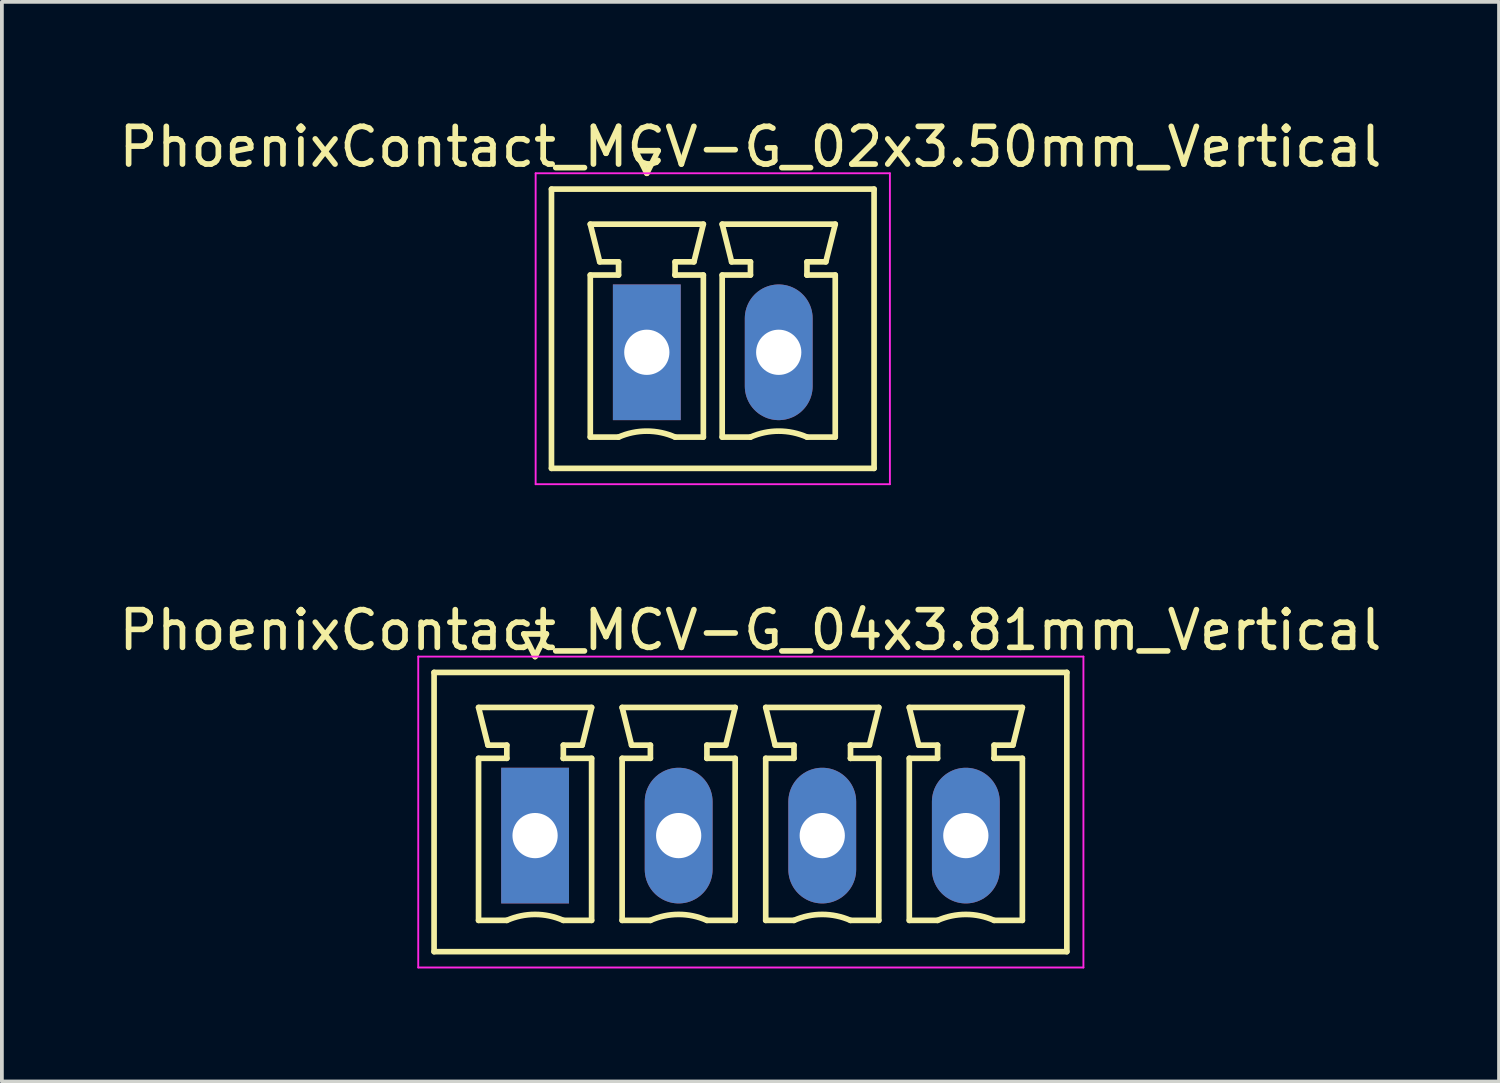
<source format=kicad_pcb>
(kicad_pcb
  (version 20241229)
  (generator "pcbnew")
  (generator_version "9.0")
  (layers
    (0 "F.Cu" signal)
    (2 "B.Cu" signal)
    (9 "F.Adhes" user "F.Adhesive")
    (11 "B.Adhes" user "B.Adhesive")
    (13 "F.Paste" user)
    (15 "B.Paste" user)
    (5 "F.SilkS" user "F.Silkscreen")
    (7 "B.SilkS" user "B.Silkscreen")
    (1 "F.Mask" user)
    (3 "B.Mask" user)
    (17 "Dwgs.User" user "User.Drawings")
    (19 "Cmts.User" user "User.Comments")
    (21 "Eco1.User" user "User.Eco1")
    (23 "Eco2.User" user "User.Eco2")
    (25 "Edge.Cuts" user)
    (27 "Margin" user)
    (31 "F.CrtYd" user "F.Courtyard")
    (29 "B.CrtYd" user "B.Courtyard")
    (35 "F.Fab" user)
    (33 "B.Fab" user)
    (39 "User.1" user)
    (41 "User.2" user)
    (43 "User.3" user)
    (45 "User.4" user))
  (footprint "PhoenixContact_MCV-G_04x3.81mm_Vertical"
    (layer "F.Cu")
    (at 11.148 19.122)
    (property "Reference" "PhoenixContact_MCV-G_04x3.81mm_Vertical" (at 5.715 -5.45 0) (layer "F.SilkS") (effects (font (size 1 1) (thickness 0.15))))
    (attr through_hole)
    (fp_line (start -2.68 -4.33) (end -2.68 3.08) (stroke (width 0.15) (type solid)) (layer "F.SilkS"))
    (fp_line (start -2.68 3.08) (end 14.11 3.08) (stroke (width 0.15) (type solid)) (layer "F.SilkS"))
    (fp_line (start -1.5 -3.4) (end 1.5 -3.4) (stroke (width 0.15) (type solid)) (layer "F.SilkS"))
    (fp_line (start -1.5 -2.05) (end -0.75 -2.05) (stroke (width 0.15) (type solid)) (layer "F.SilkS"))
    (fp_line (start -1.5 2.25) (end -1.5 -2.05) (stroke (width 0.15) (type solid)) (layer "F.SilkS"))
    (fp_line (start -1.25 -2.4) (end -1.5 -3.4) (stroke (width 0.15) (type solid)) (layer "F.SilkS"))
    (fp_line (start -0.75 -2.4) (end -1.25 -2.4) (stroke (width 0.15) (type solid)) (layer "F.SilkS"))
    (fp_line (start -0.75 -2.05) (end -0.75 -2.4) (stroke (width 0.15) (type solid)) (layer "F.SilkS"))
    (fp_line (start -0.75 2.25) (end -1.5 2.25) (stroke (width 0.15) (type solid)) (layer "F.SilkS"))
    (fp_line (start -0.3 -5.35) (end 0 -4.75) (stroke (width 0.15) (type solid)) (layer "F.SilkS"))
    (fp_line (start 0 -4.75) (end 0.3 -5.35) (stroke (width 0.15) (type solid)) (layer "F.SilkS"))
    (fp_line (start 0.3 -5.35) (end -0.3 -5.35) (stroke (width 0.15) (type solid)) (layer "F.SilkS"))
    (fp_line (start 0.75 -2.4) (end 0.75 -2.05) (stroke (width 0.15) (type solid)) (layer "F.SilkS"))
    (fp_line (start 0.75 -2.05) (end 0.75 -2.05) (stroke (width 0.15) (type solid)) (layer "F.SilkS"))
    (fp_line (start 0.75 -2.05) (end 1.5 -2.05) (stroke (width 0.15) (type solid)) (layer "F.SilkS"))
    (fp_line (start 1.25 -2.4) (end 0.75 -2.4) (stroke (width 0.15) (type solid)) (layer "F.SilkS"))
    (fp_line (start 1.5 -3.4) (end 1.25 -2.4) (stroke (width 0.15) (type solid)) (layer "F.SilkS"))
    (fp_line (start 1.5 -2.05) (end 1.5 2.25) (stroke (width 0.15) (type solid)) (layer "F.SilkS"))
    (fp_line (start 1.5 2.25) (end 0.75 2.25) (stroke (width 0.15) (type solid)) (layer "F.SilkS"))
    (fp_line (start 2.31 -3.4) (end 5.31 -3.4) (stroke (width 0.15) (type solid)) (layer "F.SilkS"))
    (fp_line (start 2.31 -2.05) (end 3.06 -2.05) (stroke (width 0.15) (type solid)) (layer "F.SilkS"))
    (fp_line (start 2.31 2.25) (end 2.31 -2.05) (stroke (width 0.15) (type solid)) (layer "F.SilkS"))
    (fp_line (start 2.56 -2.4) (end 2.31 -3.4) (stroke (width 0.15) (type solid)) (layer "F.SilkS"))
    (fp_line (start 3.06 -2.4) (end 2.56 -2.4) (stroke (width 0.15) (type solid)) (layer "F.SilkS"))
    (fp_line (start 3.06 -2.05) (end 3.06 -2.4) (stroke (width 0.15) (type solid)) (layer "F.SilkS"))
    (fp_line (start 3.06 2.25) (end 2.31 2.25) (stroke (width 0.15) (type solid)) (layer "F.SilkS"))
    (fp_line (start 4.56 -2.4) (end 4.56 -2.05) (stroke (width 0.15) (type solid)) (layer "F.SilkS"))
    (fp_line (start 4.56 -2.05) (end 4.56 -2.05) (stroke (width 0.15) (type solid)) (layer "F.SilkS"))
    (fp_line (start 4.56 -2.05) (end 5.31 -2.05) (stroke (width 0.15) (type solid)) (layer "F.SilkS"))
    (fp_line (start 5.06 -2.4) (end 4.56 -2.4) (stroke (width 0.15) (type solid)) (layer "F.SilkS"))
    (fp_line (start 5.31 -3.4) (end 5.06 -2.4) (stroke (width 0.15) (type solid)) (layer "F.SilkS"))
    (fp_line (start 5.31 -2.05) (end 5.31 2.25) (stroke (width 0.15) (type solid)) (layer "F.SilkS"))
    (fp_line (start 5.31 2.25) (end 4.56 2.25) (stroke (width 0.15) (type solid)) (layer "F.SilkS"))
    (fp_line (start 6.12 -3.4) (end 9.12 -3.4) (stroke (width 0.15) (type solid)) (layer "F.SilkS"))
    (fp_line (start 6.12 -2.05) (end 6.87 -2.05) (stroke (width 0.15) (type solid)) (layer "F.SilkS"))
    (fp_line (start 6.12 2.25) (end 6.12 -2.05) (stroke (width 0.15) (type solid)) (layer "F.SilkS"))
    (fp_line (start 6.37 -2.4) (end 6.12 -3.4) (stroke (width 0.15) (type solid)) (layer "F.SilkS"))
    (fp_line (start 6.87 -2.4) (end 6.37 -2.4) (stroke (width 0.15) (type solid)) (layer "F.SilkS"))
    (fp_line (start 6.87 -2.05) (end 6.87 -2.4) (stroke (width 0.15) (type solid)) (layer "F.SilkS"))
    (fp_line (start 6.87 2.25) (end 6.12 2.25) (stroke (width 0.15) (type solid)) (layer "F.SilkS"))
    (fp_line (start 8.37 -2.4) (end 8.37 -2.05) (stroke (width 0.15) (type solid)) (layer "F.SilkS"))
    (fp_line (start 8.37 -2.05) (end 8.37 -2.05) (stroke (width 0.15) (type solid)) (layer "F.SilkS"))
    (fp_line (start 8.37 -2.05) (end 9.12 -2.05) (stroke (width 0.15) (type solid)) (layer "F.SilkS"))
    (fp_line (start 8.87 -2.4) (end 8.37 -2.4) (stroke (width 0.15) (type solid)) (layer "F.SilkS"))
    (fp_line (start 9.12 -3.4) (end 8.87 -2.4) (stroke (width 0.15) (type solid)) (layer "F.SilkS"))
    (fp_line (start 9.12 -2.05) (end 9.12 2.25) (stroke (width 0.15) (type solid)) (layer "F.SilkS"))
    (fp_line (start 9.12 2.25) (end 8.37 2.25) (stroke (width 0.15) (type solid)) (layer "F.SilkS"))
    (fp_line (start 9.93 -3.4) (end 12.93 -3.4) (stroke (width 0.15) (type solid)) (layer "F.SilkS"))
    (fp_line (start 9.93 -2.05) (end 10.68 -2.05) (stroke (width 0.15) (type solid)) (layer "F.SilkS"))
    (fp_line (start 9.93 2.25) (end 9.93 -2.05) (stroke (width 0.15) (type solid)) (layer "F.SilkS"))
    (fp_line (start 10.18 -2.4) (end 9.93 -3.4) (stroke (width 0.15) (type solid)) (layer "F.SilkS"))
    (fp_line (start 10.68 -2.4) (end 10.18 -2.4) (stroke (width 0.15) (type solid)) (layer "F.SilkS"))
    (fp_line (start 10.68 -2.05) (end 10.68 -2.4) (stroke (width 0.15) (type solid)) (layer "F.SilkS"))
    (fp_line (start 10.68 2.25) (end 9.93 2.25) (stroke (width 0.15) (type solid)) (layer "F.SilkS"))
    (fp_line (start 12.18 -2.4) (end 12.18 -2.05) (stroke (width 0.15) (type solid)) (layer "F.SilkS"))
    (fp_line (start 12.18 -2.05) (end 12.18 -2.05) (stroke (width 0.15) (type solid)) (layer "F.SilkS"))
    (fp_line (start 12.18 -2.05) (end 12.93 -2.05) (stroke (width 0.15) (type solid)) (layer "F.SilkS"))
    (fp_line (start 12.68 -2.4) (end 12.18 -2.4) (stroke (width 0.15) (type solid)) (layer "F.SilkS"))
    (fp_line (start 12.93 -3.4) (end 12.68 -2.4) (stroke (width 0.15) (type solid)) (layer "F.SilkS"))
    (fp_line (start 12.93 -2.05) (end 12.93 2.25) (stroke (width 0.15) (type solid)) (layer "F.SilkS"))
    (fp_line (start 12.93 2.25) (end 12.18 2.25) (stroke (width 0.15) (type solid)) (layer "F.SilkS"))
    (fp_line (start 14.11 -4.33) (end -2.68 -4.33) (stroke (width 0.15) (type solid)) (layer "F.SilkS"))
    (fp_line (start 14.11 3.08) (end 14.11 -4.33) (stroke (width 0.15) (type solid)) (layer "F.SilkS"))
    (fp_arc (start -0.75 2.25) (mid -0.000193 2.09191) (end 0.749647 2.249844) (stroke (width 0.15) (type solid)) (layer "F.SilkS"))
    (fp_arc (start 3.06 2.25) (mid 3.809807 2.09191) (end 4.559647 2.249844) (stroke (width 0.15) (type solid)) (layer "F.SilkS"))
    (fp_arc (start 6.87 2.25) (mid 7.619807 2.09191) (end 8.369647 2.249844) (stroke (width 0.15) (type solid)) (layer "F.SilkS"))
    (fp_arc (start 10.68 2.25) (mid 11.429807 2.09191) (end 12.179647 2.249844) (stroke (width 0.15) (type solid)) (layer "F.SilkS"))
    (fp_line (start -3.1 -4.75) (end -3.1 3.5) (stroke (width 0.05) (type solid)) (layer "F.CrtYd"))
    (fp_line (start -3.1 3.5) (end 14.55 3.5) (stroke (width 0.05) (type solid)) (layer "F.CrtYd"))
    (fp_line (start 14.55 -4.75) (end -3.1 -4.75) (stroke (width 0.05) (type solid)) (layer "F.CrtYd"))
    (fp_line (start 14.55 3.5) (end 14.55 -4.75) (stroke (width 0.05) (type solid)) (layer "F.CrtYd"))
    (pad "1" thru_hole rect (at 0 0) (size 1.8 3.6) (drill 1.2) (layers "*.Cu" "*.Mask"))
    (pad "2" thru_hole oval (at 3.81 0) (size 1.8 3.6) (drill 1.2) (layers "*.Cu" "*.Mask"))
    (pad "3" thru_hole oval (at 7.62 0) (size 1.8 3.6) (drill 1.2) (layers "*.Cu" "*.Mask"))
    (pad "4" thru_hole oval (at 11.43 0) (size 1.8 3.6) (drill 1.2) (layers "*.Cu" "*.Mask")))
  (footprint "PhoenixContact_MCV-G_02x3.50mm_Vertical"
    (layer "F.Cu")
    (at 14.113 6.298)
    (property "Reference" "PhoenixContact_MCV-G_02x3.50mm_Vertical" (at 2.75 -5.45 0) (layer "F.SilkS") (effects (font (size 1 1) (thickness 0.15))))
    (attr through_hole)
    (fp_line (start -2.53 -4.33) (end -2.53 3.08) (stroke (width 0.15) (type solid)) (layer "F.SilkS"))
    (fp_line (start -2.53 3.08) (end 6.03 3.08) (stroke (width 0.15) (type solid)) (layer "F.SilkS"))
    (fp_line (start -1.5 -3.4) (end 1.5 -3.4) (stroke (width 0.15) (type solid)) (layer "F.SilkS"))
    (fp_line (start -1.5 -2.05) (end -0.75 -2.05) (stroke (width 0.15) (type solid)) (layer "F.SilkS"))
    (fp_line (start -1.5 2.25) (end -1.5 -2.05) (stroke (width 0.15) (type solid)) (layer "F.SilkS"))
    (fp_line (start -1.25 -2.4) (end -1.5 -3.4) (stroke (width 0.15) (type solid)) (layer "F.SilkS"))
    (fp_line (start -0.75 -2.4) (end -1.25 -2.4) (stroke (width 0.15) (type solid)) (layer "F.SilkS"))
    (fp_line (start -0.75 -2.05) (end -0.75 -2.4) (stroke (width 0.15) (type solid)) (layer "F.SilkS"))
    (fp_line (start -0.75 2.25) (end -1.5 2.25) (stroke (width 0.15) (type solid)) (layer "F.SilkS"))
    (fp_line (start -0.3 -5.35) (end 0 -4.75) (stroke (width 0.15) (type solid)) (layer "F.SilkS"))
    (fp_line (start 0 -4.75) (end 0.3 -5.35) (stroke (width 0.15) (type solid)) (layer "F.SilkS"))
    (fp_line (start 0.3 -5.35) (end -0.3 -5.35) (stroke (width 0.15) (type solid)) (layer "F.SilkS"))
    (fp_line (start 0.75 -2.4) (end 0.75 -2.05) (stroke (width 0.15) (type solid)) (layer "F.SilkS"))
    (fp_line (start 0.75 -2.05) (end 0.75 -2.05) (stroke (width 0.15) (type solid)) (layer "F.SilkS"))
    (fp_line (start 0.75 -2.05) (end 1.5 -2.05) (stroke (width 0.15) (type solid)) (layer "F.SilkS"))
    (fp_line (start 1.25 -2.4) (end 0.75 -2.4) (stroke (width 0.15) (type solid)) (layer "F.SilkS"))
    (fp_line (start 1.5 -3.4) (end 1.25 -2.4) (stroke (width 0.15) (type solid)) (layer "F.SilkS"))
    (fp_line (start 1.5 -2.05) (end 1.5 2.25) (stroke (width 0.15) (type solid)) (layer "F.SilkS"))
    (fp_line (start 1.5 2.25) (end 0.75 2.25) (stroke (width 0.15) (type solid)) (layer "F.SilkS"))
    (fp_line (start 2 -3.4) (end 5 -3.4) (stroke (width 0.15) (type solid)) (layer "F.SilkS"))
    (fp_line (start 2 -2.05) (end 2.75 -2.05) (stroke (width 0.15) (type solid)) (layer "F.SilkS"))
    (fp_line (start 2 2.25) (end 2 -2.05) (stroke (width 0.15) (type solid)) (layer "F.SilkS"))
    (fp_line (start 2.25 -2.4) (end 2 -3.4) (stroke (width 0.15) (type solid)) (layer "F.SilkS"))
    (fp_line (start 2.75 -2.4) (end 2.25 -2.4) (stroke (width 0.15) (type solid)) (layer "F.SilkS"))
    (fp_line (start 2.75 -2.05) (end 2.75 -2.4) (stroke (width 0.15) (type solid)) (layer "F.SilkS"))
    (fp_line (start 2.75 2.25) (end 2 2.25) (stroke (width 0.15) (type solid)) (layer "F.SilkS"))
    (fp_line (start 4.25 -2.4) (end 4.25 -2.05) (stroke (width 0.15) (type solid)) (layer "F.SilkS"))
    (fp_line (start 4.25 -2.05) (end 4.25 -2.05) (stroke (width 0.15) (type solid)) (layer "F.SilkS"))
    (fp_line (start 4.25 -2.05) (end 5 -2.05) (stroke (width 0.15) (type solid)) (layer "F.SilkS"))
    (fp_line (start 4.75 -2.4) (end 4.25 -2.4) (stroke (width 0.15) (type solid)) (layer "F.SilkS"))
    (fp_line (start 5 -3.4) (end 4.75 -2.4) (stroke (width 0.15) (type solid)) (layer "F.SilkS"))
    (fp_line (start 5 -2.05) (end 5 2.25) (stroke (width 0.15) (type solid)) (layer "F.SilkS"))
    (fp_line (start 5 2.25) (end 4.25 2.25) (stroke (width 0.15) (type solid)) (layer "F.SilkS"))
    (fp_line (start 6.03 -4.33) (end -2.53 -4.33) (stroke (width 0.15) (type solid)) (layer "F.SilkS"))
    (fp_line (start 6.03 3.08) (end 6.03 -4.33) (stroke (width 0.15) (type solid)) (layer "F.SilkS"))
    (fp_arc (start -0.75 2.25) (mid -0.000193 2.09191) (end 0.749647 2.249844) (stroke (width 0.15) (type solid)) (layer "F.SilkS"))
    (fp_arc (start 2.75 2.25) (mid 3.499807 2.09191) (end 4.249647 2.249844) (stroke (width 0.15) (type solid)) (layer "F.SilkS"))
    (fp_line (start -2.95 -4.75) (end -2.95 3.5) (stroke (width 0.05) (type solid)) (layer "F.CrtYd"))
    (fp_line (start -2.95 3.5) (end 6.45 3.5) (stroke (width 0.05) (type solid)) (layer "F.CrtYd"))
    (fp_line (start 6.45 -4.75) (end -2.95 -4.75) (stroke (width 0.05) (type solid)) (layer "F.CrtYd"))
    (fp_line (start 6.45 3.5) (end 6.45 -4.75) (stroke (width 0.05) (type solid)) (layer "F.CrtYd"))
    (pad "1" thru_hole rect (at 0 0) (size 1.8 3.6) (drill 1.2) (layers "*.Cu" "*.Mask"))
    (pad "2" thru_hole oval (at 3.5 0) (size 1.8 3.6) (drill 1.2) (layers "*.Cu" "*.Mask")))
  (gr_rect
    (start -3 -3)
    (end 36.726 25.646)
    (stroke (width 0.1) (type default))
    (fill no)
    (layer "Edge.Cuts")))
</source>
